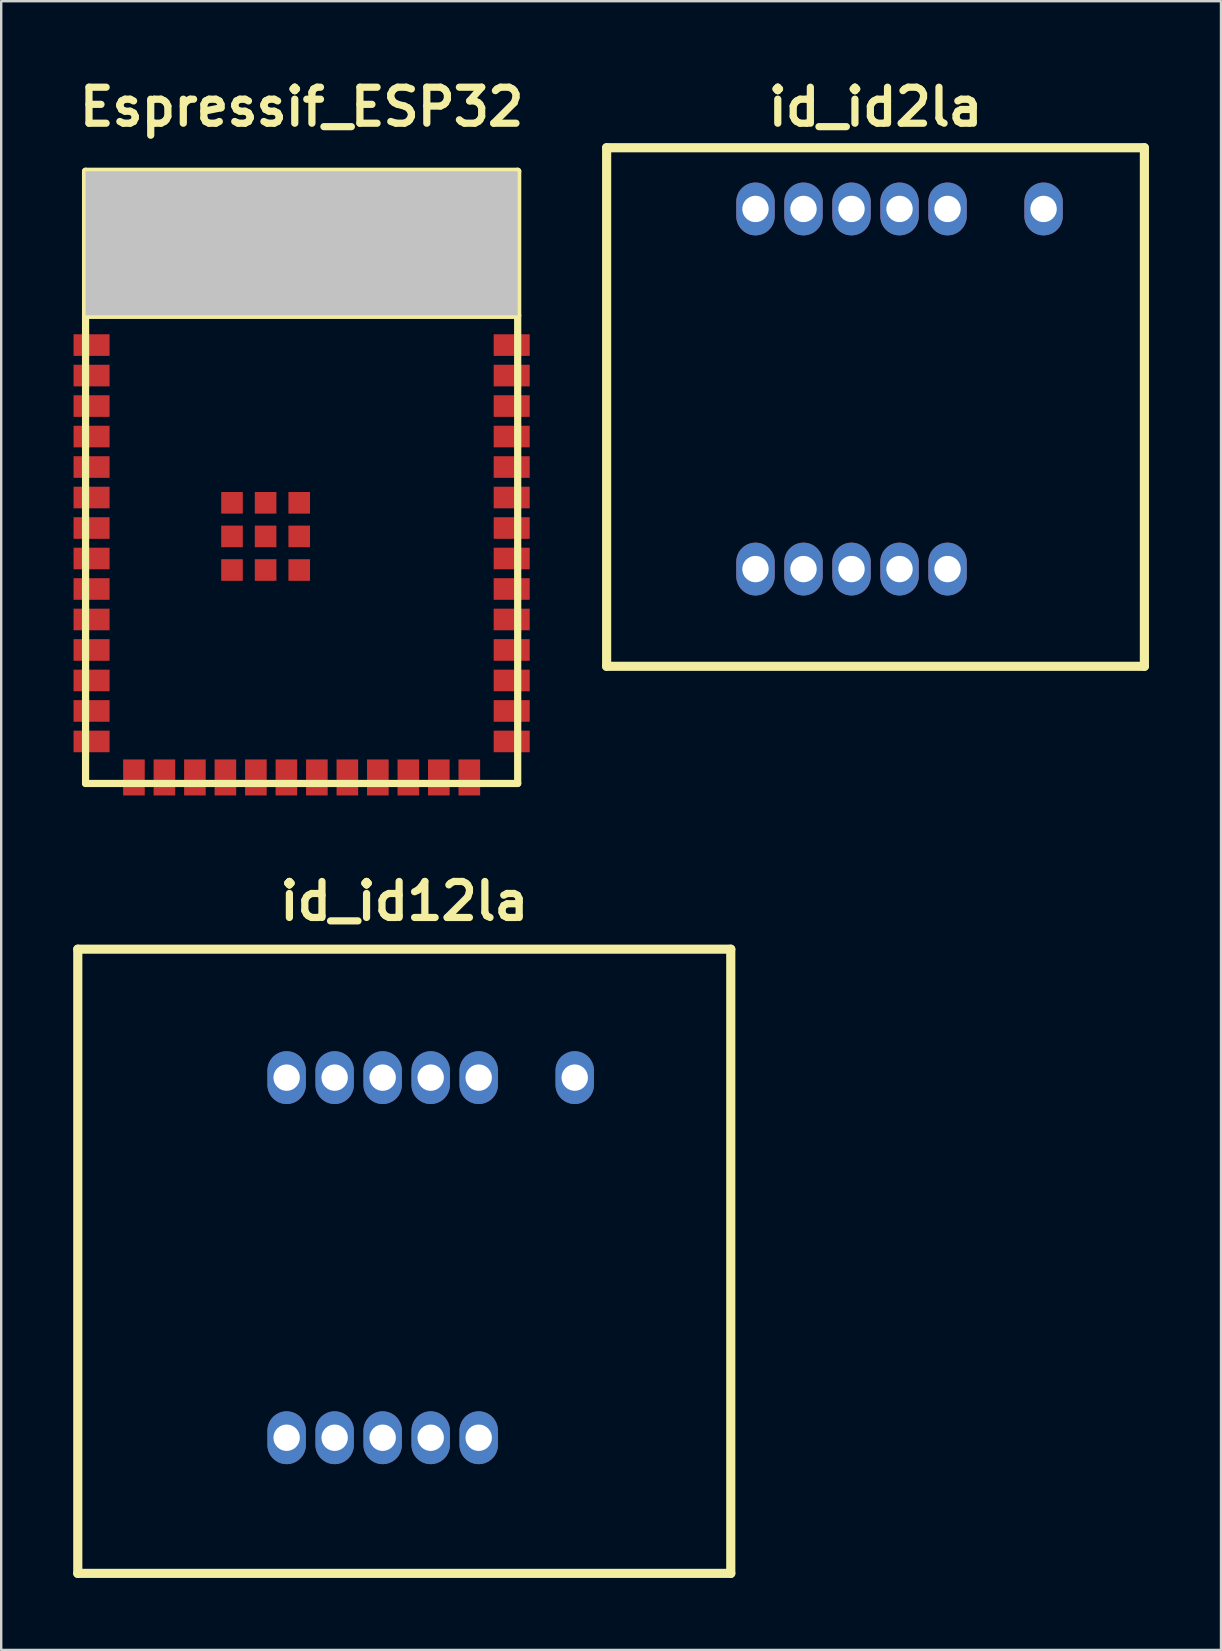
<source format=kicad_pcb>
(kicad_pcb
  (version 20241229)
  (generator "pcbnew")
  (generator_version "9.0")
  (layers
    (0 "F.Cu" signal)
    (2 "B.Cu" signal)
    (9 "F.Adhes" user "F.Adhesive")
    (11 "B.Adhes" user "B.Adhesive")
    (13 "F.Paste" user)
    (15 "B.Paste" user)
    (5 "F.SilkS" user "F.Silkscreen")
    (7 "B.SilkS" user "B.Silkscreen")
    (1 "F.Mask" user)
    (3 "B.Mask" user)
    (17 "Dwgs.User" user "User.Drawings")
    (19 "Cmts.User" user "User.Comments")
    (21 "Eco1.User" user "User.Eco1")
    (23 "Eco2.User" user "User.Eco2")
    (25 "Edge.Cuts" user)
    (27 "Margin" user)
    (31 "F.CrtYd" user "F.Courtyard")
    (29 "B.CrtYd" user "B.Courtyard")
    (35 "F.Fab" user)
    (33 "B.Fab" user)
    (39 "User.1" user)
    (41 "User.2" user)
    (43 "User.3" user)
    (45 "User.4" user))
  (footprint "id_id12la"
    (layer "F.Cu")
    (at 13.79 49.488)
    (property "Reference" "id_id12la" (at 0 -15 0) (layer "F.SilkS") (effects (font (size 1.5 1.5) (thickness 0.3))))
    (attr through_hole)
    (fp_line (start -13.6 -13) (end -13.6 13) (stroke (width 0.381) (type solid)) (layer "F.SilkS"))
    (fp_line (start -13.6 -13) (end 13.6 -13) (stroke (width 0.381) (type solid)) (layer "F.SilkS"))
    (fp_line (start -13.6 13) (end 13.6 13) (stroke (width 0.381) (type solid)) (layer "F.SilkS"))
    (fp_line (start 13.6 -13) (end 13.6 13) (stroke (width 0.381) (type solid)) (layer "F.SilkS"))
    (pad "1" thru_hole oval (at 3.1 7.35) (size 1.6 2.2) (drill 1.1) (layers "*.Cu" "*.Mask"))
    (pad "2" thru_hole oval (at 1.1 7.35) (size 1.6 2.2) (drill 1.1) (layers "*.Cu" "*.Mask"))
    (pad "3" thru_hole oval (at -0.9 7.35) (size 1.6 2.2) (drill 1.1) (layers "*.Cu" "*.Mask"))
    (pad "4" thru_hole oval (at -2.9 7.35) (size 1.6 2.2) (drill 1.1) (layers "*.Cu" "*.Mask"))
    (pad "5" thru_hole oval (at -4.9 7.35) (size 1.6 2.2) (drill 1.1) (layers "*.Cu" "*.Mask"))
    (pad "6" thru_hole oval (at -4.9 -7.65) (size 1.6 2.2) (drill 1.1) (layers "*.Cu" "*.Mask"))
    (pad "7" thru_hole oval (at -2.9 -7.65) (size 1.6 2.2) (drill 1.1) (layers "*.Cu" "*.Mask"))
    (pad "8" thru_hole oval (at -0.9 -7.65) (size 1.6 2.2) (drill 1.1) (layers "*.Cu" "*.Mask"))
    (pad "9" thru_hole oval (at 1.1 -7.65) (size 1.6 2.2) (drill 1.1) (layers "*.Cu" "*.Mask"))
    (pad "10" thru_hole oval (at 3.1 -7.65) (size 1.6 2.2) (drill 1.1) (layers "*.Cu" "*.Mask"))
    (pad "11" thru_hole oval (at 7.1 -7.65) (size 1.6 2.2) (drill 1.1) (layers "*.Cu" "*.Mask")))
  (footprint "Espressif_ESP32"
    (layer "F.Cu")
    (at 9.514 16.834)
    (property "Reference" "Espressif_ESP32" (at 0 -15.43 0) (layer "F.SilkS") (effects (font (size 1.5 1.5) (thickness 0.3))))
    (attr smd)
    (fp_line (start -9 -12.75) (end 9 -12.75) (stroke (width 0.3) (type solid)) (layer "F.SilkS"))
    (fp_line (start -9 -6.75) (end 9 -6.75) (stroke (width 0.3) (type solid)) (layer "F.SilkS"))
    (fp_line (start -9 12.75) (end -9 -12.75) (stroke (width 0.3) (type solid)) (layer "F.SilkS"))
    (fp_line (start -5.001 -11.129) (end -5.4 -11.129) (stroke (width 0.378) (type solid)) (layer "F.SilkS"))
    (fp_line (start -5.001 -11.127) (end -5.001 -8.327) (stroke (width 0.378) (type solid)) (layer "F.SilkS"))
    (fp_line (start -3.701 -11.127) (end -3.701 -8.327) (stroke (width 0.378) (type solid)) (layer "F.SilkS"))
    (fp_line (start -3.698 -8.33) (end -4.999 -8.33) (stroke (width 0.378) (type solid)) (layer "F.SilkS"))
    (fp_line (start -2.403 -11.132) (end -3.703 -11.132) (stroke (width 0.378) (type solid)) (layer "F.SilkS"))
    (fp_line (start -2.403 -11.129) (end -2.403 -8.33) (stroke (width 0.378) (type solid)) (layer "F.SilkS"))
    (fp_line (start -1.102 -11.129) (end -1.102 -8.33) (stroke (width 0.378) (type solid)) (layer "F.SilkS"))
    (fp_line (start -1.1 -8.333) (end -2.4 -8.333) (stroke (width 0.378) (type solid)) (layer "F.SilkS"))
    (fp_line (start 0.198 -11.132) (end -1.102 -11.132) (stroke (width 0.378) (type solid)) (layer "F.SilkS"))
    (fp_line (start 0.198 -11.129) (end 0.198 -8.33) (stroke (width 0.378) (type solid)) (layer "F.SilkS"))
    (fp_line (start 1.499 -11.129) (end 1.499 -8.33) (stroke (width 0.378) (type solid)) (layer "F.SilkS"))
    (fp_line (start 1.501 -8.333) (end 0.201 -8.333) (stroke (width 0.378) (type solid)) (layer "F.SilkS"))
    (fp_line (start 2.799 -11.132) (end 1.499 -11.132) (stroke (width 0.378) (type solid)) (layer "F.SilkS"))
    (fp_line (start 2.799 -11.129) (end 2.799 -8.33) (stroke (width 0.378) (type solid)) (layer "F.SilkS"))
    (fp_line (start 4.1 -11.129) (end 4.1 -8.33) (stroke (width 0.378) (type solid)) (layer "F.SilkS"))
    (fp_line (start 4.102 -8.333) (end 2.802 -8.333) (stroke (width 0.378) (type solid)) (layer "F.SilkS"))
    (fp_line (start 5.4 -11.132) (end 4.1 -11.132) (stroke (width 0.378) (type solid)) (layer "F.SilkS"))
    (fp_line (start 5.4 -11.129) (end 5.4 -6.829) (stroke (width 0.378) (type solid)) (layer "F.SilkS"))
    (fp_line (start 9 12.75) (end -9 12.75) (stroke (width 0.3) (type solid)) (layer "F.SilkS"))
    (fp_line (start 9 12.75) (end 9 -12.75) (stroke (width 0.3) (type solid)) (layer "F.SilkS"))
    (pad "" smd rect (at 0 -9.75) (size 18 6) (layers "Dwgs.User"))
    (pad "1" smd rect (at -8.75 -5.51) (size 1.5 0.9) (layers "F.Cu" "F.Mask" "F.Paste"))
    (pad "2" smd rect (at -8.75 -4.24) (size 1.5 0.9) (layers "F.Cu" "F.Mask" "F.Paste"))
    (pad "3" smd rect (at -8.75 -2.97) (size 1.5 0.9) (layers "F.Cu" "F.Mask" "F.Paste"))
    (pad "4" smd rect (at -8.75 -1.7) (size 1.5 0.9) (layers "F.Cu" "F.Mask" "F.Paste"))
    (pad "5" smd rect (at -8.75 -0.43) (size 1.5 0.9) (layers "F.Cu" "F.Mask" "F.Paste"))
    (pad "6" smd rect (at -8.75 0.84) (size 1.5 0.9) (layers "F.Cu" "F.Mask" "F.Paste"))
    (pad "7" smd rect (at -8.75 2.11) (size 1.5 0.9) (layers "F.Cu" "F.Mask" "F.Paste"))
    (pad "8" smd rect (at -8.75 3.38) (size 1.5 0.9) (layers "F.Cu" "F.Mask" "F.Paste"))
    (pad "9" smd rect (at -8.75 4.65) (size 1.5 0.9) (layers "F.Cu" "F.Mask" "F.Paste"))
    (pad "10" smd rect (at -8.75 5.92) (size 1.5 0.9) (layers "F.Cu" "F.Mask" "F.Paste"))
    (pad "11" smd rect (at -8.75 7.19) (size 1.5 0.9) (layers "F.Cu" "F.Mask" "F.Paste"))
    (pad "12" smd rect (at -8.75 8.46) (size 1.5 0.9) (layers "F.Cu" "F.Mask" "F.Paste"))
    (pad "13" smd rect (at -8.75 9.73) (size 1.5 0.9) (layers "F.Cu" "F.Mask" "F.Paste"))
    (pad "14" smd rect (at -8.75 11 180) (size 1.5 0.9) (layers "F.Cu" "F.Mask" "F.Paste"))
    (pad "15" smd rect (at -6.985 12.5 90) (size 1.5 0.9) (layers "F.Cu" "F.Mask" "F.Paste"))
    (pad "16" smd rect (at -5.715 12.5 90) (size 1.5 0.9) (layers "F.Cu" "F.Mask" "F.Paste"))
    (pad "17" smd rect (at -4.445 12.5 90) (size 1.5 0.9) (layers "F.Cu" "F.Mask" "F.Paste"))
    (pad "18" smd rect (at -3.175 12.5 90) (size 1.5 0.9) (layers "F.Cu" "F.Mask" "F.Paste"))
    (pad "19" smd rect (at -1.905 12.5 90) (size 1.5 0.9) (layers "F.Cu" "F.Mask" "F.Paste"))
    (pad "20" smd rect (at -0.635 12.5 90) (size 1.5 0.9) (layers "F.Cu" "F.Mask" "F.Paste"))
    (pad "21" smd rect (at 0.635 12.5 90) (size 1.5 0.9) (layers "F.Cu" "F.Mask" "F.Paste"))
    (pad "22" smd rect (at 1.905 12.5 90) (size 1.5 0.9) (layers "F.Cu" "F.Mask" "F.Paste"))
    (pad "23" smd rect (at 3.175 12.5 90) (size 1.5 0.9) (layers "F.Cu" "F.Mask" "F.Paste"))
    (pad "24" smd rect (at 4.445 12.5 90) (size 1.5 0.9) (layers "F.Cu" "F.Mask" "F.Paste"))
    (pad "25" smd rect (at 5.715 12.5 90) (size 1.5 0.9) (layers "F.Cu" "F.Mask" "F.Paste"))
    (pad "26" smd rect (at 6.985 12.5 90) (size 1.5 0.9) (layers "F.Cu" "F.Mask" "F.Paste"))
    (pad "27" smd rect (at 8.75 11) (size 1.5 0.9) (layers "F.Cu" "F.Mask" "F.Paste"))
    (pad "28" smd rect (at 8.75 9.73) (size 1.5 0.9) (layers "F.Cu" "F.Mask" "F.Paste"))
    (pad "29" smd rect (at 8.75 8.46) (size 1.5 0.9) (layers "F.Cu" "F.Mask" "F.Paste"))
    (pad "30" smd rect (at 8.75 7.19) (size 1.5 0.9) (layers "F.Cu" "F.Mask" "F.Paste"))
    (pad "31" smd rect (at 8.75 5.92) (size 1.5 0.9) (layers "F.Cu" "F.Mask" "F.Paste"))
    (pad "32" smd rect (at 8.75 4.65) (size 1.5 0.9) (layers "F.Cu" "F.Mask" "F.Paste"))
    (pad "33" smd rect (at 8.75 3.38) (size 1.5 0.9) (layers "F.Cu" "F.Mask" "F.Paste"))
    (pad "34" smd rect (at 8.75 2.11) (size 1.5 0.9) (layers "F.Cu" "F.Mask" "F.Paste"))
    (pad "35" smd rect (at 8.75 0.84) (size 1.5 0.9) (layers "F.Cu" "F.Mask" "F.Paste"))
    (pad "36" smd rect (at 8.75 -0.43) (size 1.5 0.9) (layers "F.Cu" "F.Mask" "F.Paste"))
    (pad "37" smd rect (at 8.75 -1.7) (size 1.5 0.9) (layers "F.Cu" "F.Mask" "F.Paste"))
    (pad "38" smd rect (at 8.75 -2.97) (size 1.5 0.9) (layers "F.Cu" "F.Mask" "F.Paste"))
    (pad "39" smd rect (at 8.75 -4.24) (size 1.5 0.9) (layers "F.Cu" "F.Mask" "F.Paste"))
    (pad "40" smd rect (at 8.75 -5.51) (size 1.5 0.9) (layers "F.Cu" "F.Mask" "F.Paste"))
    (pad "41" smd rect (at -2.9 1.06) (size 0.9 0.9) (layers "F.Cu" "F.Mask" "F.Paste"))
    (pad "41" smd rect (at -2.9 2.46) (size 0.9 0.9) (layers "F.Cu" "F.Mask" "F.Paste"))
    (pad "41" smd rect (at -2.9 3.86) (size 0.9 0.9) (layers "F.Cu" "F.Mask" "F.Paste"))
    (pad "41" smd rect (at -1.5 1.06) (size 0.9 0.9) (layers "F.Cu" "F.Mask" "F.Paste"))
    (pad "41" smd rect (at -1.5 2.46) (size 0.9 0.9) (layers "F.Cu" "F.Mask" "F.Paste"))
    (pad "41" smd rect (at -1.5 3.86) (size 0.9 0.9) (layers "F.Cu" "F.Mask" "F.Paste"))
    (pad "41" smd rect (at -0.1 1.06) (size 0.9 0.9) (layers "F.Cu" "F.Mask" "F.Paste"))
    (pad "41" smd rect (at -0.1 2.46) (size 0.9 0.9) (layers "F.Cu" "F.Mask" "F.Paste"))
    (pad "41" smd rect (at -0.1 3.86) (size 0.9 0.9) (layers "F.Cu" "F.Mask" "F.Paste")))
  (footprint "id_id2la"
    (layer "F.Cu")
    (at 33.419 13.904)
    (property "Reference" "id_id2la" (at 0 -12.5 0) (layer "F.SilkS") (effects (font (size 1.5 1.5) (thickness 0.3))))
    (attr through_hole)
    (fp_line (start -11.2 -10.8) (end -11.2 10.8) (stroke (width 0.381) (type solid)) (layer "F.SilkS"))
    (fp_line (start -11.2 -10.8) (end 11.2 -10.8) (stroke (width 0.381) (type solid)) (layer "F.SilkS"))
    (fp_line (start -11.2 10.8) (end 11.2 10.8) (stroke (width 0.381) (type solid)) (layer "F.SilkS"))
    (fp_line (start 11.2 -10.8) (end 11.2 10.8) (stroke (width 0.381) (type solid)) (layer "F.SilkS"))
    (pad "1" thru_hole oval (at 3 6.75) (size 1.6 2.2) (drill 1.1) (layers "*.Cu" "*.Mask"))
    (pad "2" thru_hole oval (at 1 6.75) (size 1.6 2.2) (drill 1.1) (layers "*.Cu" "*.Mask"))
    (pad "3" thru_hole oval (at -1 6.75) (size 1.6 2.2) (drill 1.1) (layers "*.Cu" "*.Mask"))
    (pad "4" thru_hole oval (at -3 6.75) (size 1.6 2.2) (drill 1.1) (layers "*.Cu" "*.Mask"))
    (pad "5" thru_hole oval (at -5 6.75) (size 1.6 2.2) (drill 1.1) (layers "*.Cu" "*.Mask"))
    (pad "6" thru_hole oval (at -5 -8.25) (size 1.6 2.2) (drill 1.1) (layers "*.Cu" "*.Mask"))
    (pad "7" thru_hole oval (at -3 -8.25) (size 1.6 2.2) (drill 1.1) (layers "*.Cu" "*.Mask"))
    (pad "8" thru_hole oval (at -1 -8.25) (size 1.6 2.2) (drill 1.1) (layers "*.Cu" "*.Mask"))
    (pad "9" thru_hole oval (at 1 -8.25) (size 1.6 2.2) (drill 1.1) (layers "*.Cu" "*.Mask"))
    (pad "10" thru_hole oval (at 3 -8.25) (size 1.6 2.2) (drill 1.1) (layers "*.Cu" "*.Mask"))
    (pad "11" thru_hole oval (at 7 -8.25) (size 1.6 2.2) (drill 1.1) (layers "*.Cu" "*.Mask")))
  (gr_rect
    (start -3 -3)
    (end 47.81 65.678)
    (stroke (width 0.1) (type default))
    (fill no)
    (layer "Edge.Cuts")))
</source>
